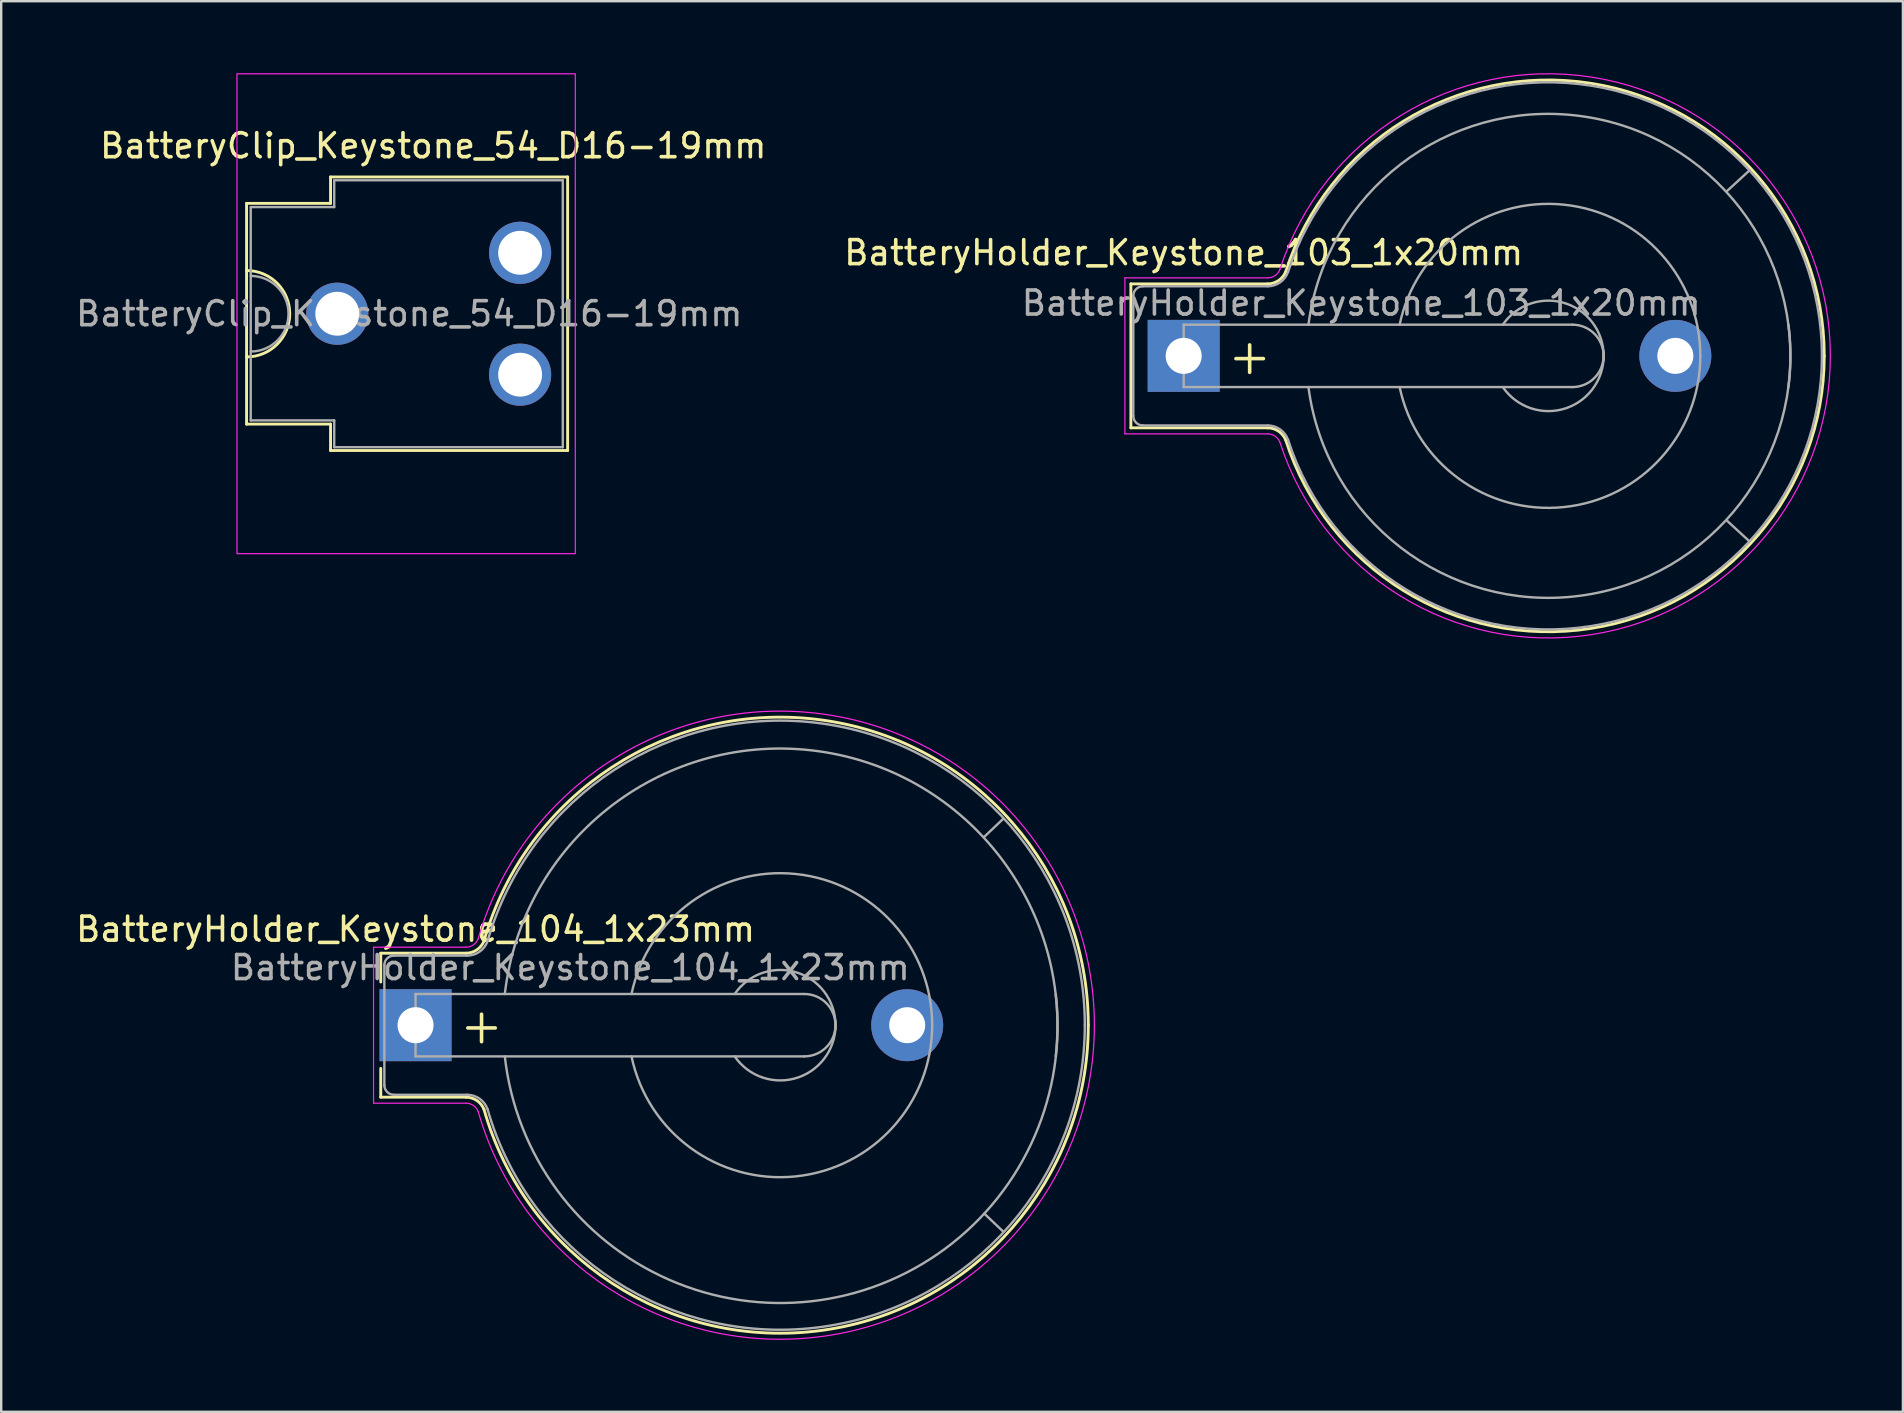
<source format=kicad_pcb>
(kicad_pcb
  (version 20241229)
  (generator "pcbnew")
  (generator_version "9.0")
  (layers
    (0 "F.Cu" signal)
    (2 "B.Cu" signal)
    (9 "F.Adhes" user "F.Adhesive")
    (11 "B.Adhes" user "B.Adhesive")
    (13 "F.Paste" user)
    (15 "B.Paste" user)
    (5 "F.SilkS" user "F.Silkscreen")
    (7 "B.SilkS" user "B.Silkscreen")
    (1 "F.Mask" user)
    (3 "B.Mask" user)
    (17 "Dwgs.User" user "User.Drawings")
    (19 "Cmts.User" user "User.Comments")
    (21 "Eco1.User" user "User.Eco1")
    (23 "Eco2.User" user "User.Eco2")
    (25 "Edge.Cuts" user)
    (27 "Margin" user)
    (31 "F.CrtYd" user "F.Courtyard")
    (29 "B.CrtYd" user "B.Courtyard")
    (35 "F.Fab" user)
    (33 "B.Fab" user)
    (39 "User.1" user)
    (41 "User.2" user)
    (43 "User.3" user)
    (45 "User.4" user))
  (footprint "BatteryClip_Keystone_54_D16-19mm"
    (layer "F.Cu")
    (at 11.006 10.025)
    (property "Reference" "BatteryClip_Keystone_54_D16-19mm" (at 4 -7 0) (layer "F.SilkS") (effects (font (size 1 1) (thickness 0.15))))
    (attr through_hole)
    (fp_line (start -3.78 -4.6) (end -3.78 4.6) (stroke (width 0.12) (type default)) (layer "F.SilkS"))
    (fp_line (start -3.78 4.6) (end -0.28 4.6) (stroke (width 0.12) (type default)) (layer "F.SilkS"))
    (fp_line (start -0.28 -5.7) (end -0.28 -4.6) (stroke (width 0.12) (type default)) (layer "F.SilkS"))
    (fp_line (start -0.28 -4.6) (end -3.78 -4.6) (stroke (width 0.12) (type default)) (layer "F.SilkS"))
    (fp_line (start -0.28 4.6) (end -0.28 5.7) (stroke (width 0.12) (type default)) (layer "F.SilkS"))
    (fp_line (start -0.28 5.7) (end 9.6 5.7) (stroke (width 0.12) (type default)) (layer "F.SilkS"))
    (fp_line (start 9.6 -5.7) (end -0.28 -5.7) (stroke (width 0.12) (type default)) (layer "F.SilkS"))
    (fp_line (start 9.6 5.7) (end 9.6 -5.7) (stroke (width 0.12) (type default)) (layer "F.SilkS"))
    (fp_arc (start -3.78 -1.8) (mid -1.98 0) (end -3.78 1.8) (stroke (width 0.12) (type default)) (layer "F.SilkS"))
    (fp_rect (start 9.92 10) (end -4.18 -10) (stroke (width 0.05) (type default)) (fill no) (layer "F.CrtYd"))
    (fp_line (start -3.607 -4.445) (end -0.127 -4.445) (stroke (width 0.1) (type default)) (layer "F.Fab"))
    (fp_line (start -3.607 4.445) (end -3.607 -4.445) (stroke (width 0.1) (type default)) (layer "F.Fab"))
    (fp_line (start -3.607 4.445) (end -0.127 4.445) (stroke (width 0.1) (type default)) (layer "F.Fab"))
    (fp_line (start -0.127 -5.563) (end -0.127 -4.445) (stroke (width 0.1) (type default)) (layer "F.Fab"))
    (fp_line (start -0.127 -5.563) (end 9.398 -5.563) (stroke (width 0.1) (type default)) (layer "F.Fab"))
    (fp_line (start -0.127 5.563) (end -0.127 4.445) (stroke (width 0.1) (type default)) (layer "F.Fab"))
    (fp_line (start -0.127 5.563) (end 9.398 5.563) (stroke (width 0.1) (type default)) (layer "F.Fab"))
    (fp_line (start 9.398 5.563) (end 9.398 -5.563) (stroke (width 0.1) (type default)) (layer "F.Fab"))
    (fp_arc (start -3.6068 -1.5748) (mid -2.032 0) (end -3.6068 1.5748) (stroke (width 0.1) (type default)) (layer "F.Fab"))
    (fp_text user "${REFERENCE}" (at 3 0 0) (layer "F.Fab") (effects (font (size 1 1) (thickness 0.15))))
    (pad "1" thru_hole circle (at 0 0 180) (size 2.591 2.591) (drill 1.829) (layers "*.Cu" "*.Mask"))
    (pad "1" thru_hole circle (at 7.62 -2.54 180) (size 2.591 2.591) (drill 1.829) (layers "*.Cu" "*.Mask"))
    (pad "1" thru_hole circle (at 7.62 2.54 180) (size 2.591 2.591) (drill 1.829) (layers "*.Cu" "*.Mask")))
  (footprint "BatteryHolder_Keystone_104_1x23mm"
    (layer "F.Cu")
    (at 14.268 39.675)
    (property "Reference" "BatteryHolder_Keystone_104_1x23mm" (at 0 -4 0) (layer "F.SilkS") (effects (font (size 1 1) (thickness 0.15))))
    (attr through_hole)
    (fp_line (start -1.45 -3) (end 2.1 -3) (stroke (width 0.12) (type solid)) (layer "F.SilkS"))
    (fp_line (start -1.45 -1.8) (end -1.45 -3) (stroke (width 0.12) (type solid)) (layer "F.SilkS"))
    (fp_line (start -1.45 1.8) (end -1.45 3) (stroke (width 0.12) (type solid)) (layer "F.SilkS"))
    (fp_line (start -1.45 3) (end 2.1 3) (stroke (width 0.12) (type solid)) (layer "F.SilkS"))
    (fp_arc (start 2.1 3) (mid 2.550694 3.136459) (end 2.85 3.5) (stroke (width 0.12) (type solid)) (layer "F.SilkS"))
    (fp_arc (start 2.85 -3.5) (mid 2.550694 -3.136459) (end 2.1 -3) (stroke (width 0.12) (type solid)) (layer "F.SilkS"))
    (fp_arc (start 2.85 -3.5) (mid 16.966716 -12.714122) (end 28.03617 0) (stroke (width 0.12) (type solid)) (layer "F.SilkS"))
    (fp_arc (start 28.03617 0) (mid 16.966716 12.714122) (end 2.85 3.5) (stroke (width 0.12) (type solid)) (layer "F.SilkS"))
    (fp_line (start -1.75 -3.25) (end 2.1 -3.25) (stroke (width 0.05) (type solid)) (layer "F.CrtYd"))
    (fp_line (start -1.75 3.25) (end -1.75 -3.25) (stroke (width 0.05) (type solid)) (layer "F.CrtYd"))
    (fp_line (start -1.75 3.25) (end 2.1 3.25) (stroke (width 0.05) (type solid)) (layer "F.CrtYd"))
    (fp_arc (start 2.1 3.25) (mid 2.409273 3.345916) (end 2.61 3.6) (stroke (width 0.05) (type solid)) (layer "F.CrtYd"))
    (fp_arc (start 2.61 -3.6) (mid 2.409273 -3.345916) (end 2.1 -3.25) (stroke (width 0.05) (type solid)) (layer "F.CrtYd"))
    (fp_arc (start 2.61 -3.6) (mid 17.014716 -12.961641) (end 28.29 0) (stroke (width 0.05) (type solid)) (layer "F.CrtYd"))
    (fp_arc (start 28.29 0) (mid 17.014716 12.961641) (end 2.61 3.6) (stroke (width 0.05) (type solid)) (layer "F.CrtYd"))
    (fp_line (start -1.3 -2.5) (end -1.3 2.5) (stroke (width 0.1) (type solid)) (layer "F.Fab"))
    (fp_line (start -0.9 2.9) (end 2.15 2.9) (stroke (width 0.1) (type solid)) (layer "F.Fab"))
    (fp_line (start 0 -1.3) (end 0 1.3) (stroke (width 0.1) (type solid)) (layer "F.Fab"))
    (fp_line (start 0 1.3) (end 16.2 1.3) (stroke (width 0.1) (type solid)) (layer "F.Fab"))
    (fp_line (start 2.15 -2.9) (end -0.9 -2.9) (stroke (width 0.1) (type solid)) (layer "F.Fab"))
    (fp_line (start 16.2 -1.3) (end 0 -1.3) (stroke (width 0.1) (type solid)) (layer "F.Fab"))
    (fp_line (start 23.7 -7.85) (end 24.5 -8.61) (stroke (width 0.1) (type solid)) (layer "F.Fab"))
    (fp_line (start 23.7 7.85) (end 24.5 8.61) (stroke (width 0.1) (type solid)) (layer "F.Fab"))
    (fp_arc (start -1.3 -2.5) (mid -1.182843 -2.782843) (end -0.9 -2.9) (stroke (width 0.1) (type solid)) (layer "F.Fab"))
    (fp_arc (start -0.9 2.9) (mid -1.182843 2.782843) (end -1.3 2.5) (stroke (width 0.1) (type solid)) (layer "F.Fab"))
    (fp_arc (start 2.15 2.9) (mid 2.670216 3.06511) (end 3 3.5) (stroke (width 0.1) (type solid)) (layer "F.Fab"))
    (fp_arc (start 3 -3.5) (mid 2.670217 -3.06511) (end 2.15 -2.9) (stroke (width 0.1) (type solid)) (layer "F.Fab"))
    (fp_arc (start 3 -3.5) (mid 16.968026 -12.568376) (end 27.892123 0.00164) (stroke (width 0.1) (type solid)) (layer "F.Fab"))
    (fp_arc (start 3.72 -1.3) (mid 16.5 -11.48) (end 26.68 1.3) (stroke (width 0.1) (type solid)) (layer "F.Fab"))
    (fp_arc (start 9 -1.3) (mid 15.851289 -6.300938) (end 21.53 0) (stroke (width 0.1) (type solid)) (layer "F.Fab"))
    (fp_arc (start 13.3 -1.3) (mid 15.963947 -2.171724) (end 17.495448 0.175833) (stroke (width 0.1) (type solid)) (layer "F.Fab"))
    (fp_arc (start 16.2 -1.3) (mid 17.5 0) (end 16.2 1.3) (stroke (width 0.1) (type solid)) (layer "F.Fab"))
    (fp_arc (start 17.495448 -0.175833) (mid 15.963947 2.171724) (end 13.3 1.3) (stroke (width 0.1) (type solid)) (layer "F.Fab"))
    (fp_arc (start 21.53 0) (mid 15.851292 6.300937) (end 9 1.3) (stroke (width 0.1) (type solid)) (layer "F.Fab"))
    (fp_arc (start 26.68 -1.3) (mid 16.5 11.48) (end 3.72 1.3) (stroke (width 0.1) (type solid)) (layer "F.Fab"))
    (fp_arc (start 27.892123 -0.00164) (mid 16.968026 12.568376) (end 3 3.5) (stroke (width 0.1) (type solid)) (layer "F.Fab"))
    (fp_text user "+" (at 2.75 0 0) (layer "F.SilkS") (effects (font (size 1.5 1.5) (thickness 0.15))))
    (fp_text user "${REFERENCE}" (at 6.45 -2.4 0) (layer "F.Fab") (effects (font (size 1 1) (thickness 0.15))))
    (pad "1" thru_hole rect (at 0 0) (size 3 3) (drill 1.5) (layers "*.Cu" "*.Mask"))
    (pad "2" thru_hole circle (at 20.49 0) (size 3 3) (drill 1.5) (layers "*.Cu" "*.Mask")))
  (footprint "BatteryHolder_Keystone_103_1x20mm"
    (layer "F.Cu")
    (at 46.28 11.781)
    (property "Reference" "BatteryHolder_Keystone_103_1x20mm" (at 0 -4.3 0) (layer "F.SilkS") (effects (font (size 1 1) (thickness 0.15))))
    (attr through_hole)
    (fp_line (start -2.2 -3) (end 3.5 -3) (stroke (width 0.12) (type solid)) (layer "F.SilkS"))
    (fp_line (start -2.2 3) (end -2.2 -3) (stroke (width 0.12) (type solid)) (layer "F.SilkS"))
    (fp_line (start -2.2 3) (end 3.5 3) (stroke (width 0.12) (type solid)) (layer "F.SilkS"))
    (fp_arc (start 3.5 3) (mid 3.950694 3.136459) (end 4.25 3.5) (stroke (width 0.12) (type solid)) (layer "F.SilkS"))
    (fp_arc (start 4.25 -3.5) (mid 3.950694 -3.136459) (end 3.5 -3) (stroke (width 0.12) (type solid)) (layer "F.SilkS"))
    (fp_arc (start 4.25 -3.5) (mid 16.971103 -11.358466) (end 26.695671 0) (stroke (width 0.12) (type solid)) (layer "F.SilkS"))
    (fp_arc (start 26.695671 0) (mid 16.971103 11.358466) (end 4.25 3.5) (stroke (width 0.12) (type solid)) (layer "F.SilkS"))
    (fp_line (start -2.45 -3.25) (end 3.5 -3.25) (stroke (width 0.05) (type solid)) (layer "F.CrtYd"))
    (fp_line (start -2.45 3.25) (end -2.45 -3.25) (stroke (width 0.05) (type solid)) (layer "F.CrtYd"))
    (fp_line (start -2.45 3.25) (end 3.5 3.25) (stroke (width 0.05) (type solid)) (layer "F.CrtYd"))
    (fp_arc (start 3.5 3.25) (mid 3.809273 3.345916) (end 4.01 3.6) (stroke (width 0.05) (type solid)) (layer "F.CrtYd"))
    (fp_arc (start 4.01 -3.6) (mid 3.809273 -3.345916) (end 3.5 -3.25) (stroke (width 0.05) (type solid)) (layer "F.CrtYd"))
    (fp_arc (start 4.01 -3.6) (mid 17.020063 -11.613627) (end 26.95 0) (stroke (width 0.05) (type solid)) (layer "F.CrtYd"))
    (fp_arc (start 26.95 0) (mid 17.020063 11.613629) (end 4.01 3.6) (stroke (width 0.05) (type solid)) (layer "F.CrtYd"))
    (fp_line (start -2.1 -2.5) (end -2.1 2.5) (stroke (width 0.1) (type solid)) (layer "F.Fab"))
    (fp_line (start -1.7 2.9) (end 3.5 2.9) (stroke (width 0.1) (type solid)) (layer "F.Fab"))
    (fp_line (start 0 -1.3) (end 0 1.3) (stroke (width 0.1) (type solid)) (layer "F.Fab"))
    (fp_line (start 0 1.3) (end 16.2 1.3) (stroke (width 0.1) (type solid)) (layer "F.Fab"))
    (fp_line (start 3.5 -2.9) (end -1.7 -2.9) (stroke (width 0.1) (type solid)) (layer "F.Fab"))
    (fp_line (start 16.2 -1.3) (end 0 -1.3) (stroke (width 0.1) (type solid)) (layer "F.Fab"))
    (fp_line (start 23.571 -7.722) (end 22.631 -6.858) (stroke (width 0.1) (type solid)) (layer "F.Fab"))
    (fp_line (start 23.571 7.722) (end 22.657 6.883) (stroke (width 0.1) (type solid)) (layer "F.Fab"))
    (fp_arc (start -2.1 -2.5) (mid -1.982843 -2.782843) (end -1.7 -2.9) (stroke (width 0.1) (type solid)) (layer "F.Fab"))
    (fp_arc (start -1.7 2.9) (mid -1.982843 2.782843) (end -2.1 2.5) (stroke (width 0.1) (type solid)) (layer "F.Fab"))
    (fp_arc (start 3.5 2.9) (mid 4.020217 3.065109) (end 4.35 3.5) (stroke (width 0.1) (type solid)) (layer "F.Fab"))
    (fp_arc (start 4.35 -3.5) (mid 4.020217 -3.06511) (end 3.5 -2.9) (stroke (width 0.1) (type solid)) (layer "F.Fab"))
    (fp_arc (start 4.35 -3.5) (mid 16.971395 -11.261979) (end 26.600299 0) (stroke (width 0.1) (type solid)) (layer "F.Fab"))
    (fp_arc (start 5.2 -1.3) (mid 16.5 -10) (end 25.2 1.3) (stroke (width 0.1) (type solid)) (layer "F.Fab"))
    (fp_arc (start 9 -1.3) (mid 15.851289 -6.300938) (end 21.53 0) (stroke (width 0.1) (type solid)) (layer "F.Fab"))
    (fp_arc (start 13.3 -1.3) (mid 15.963947 -2.171724) (end 17.495448 0.175833) (stroke (width 0.1) (type solid)) (layer "F.Fab"))
    (fp_arc (start 16.2 -1.3) (mid 17.5 0) (end 16.2 1.3) (stroke (width 0.1) (type solid)) (layer "F.Fab"))
    (fp_arc (start 17.495448 -0.175833) (mid 15.963947 2.171724) (end 13.3 1.3) (stroke (width 0.1) (type solid)) (layer "F.Fab"))
    (fp_arc (start 21.53 0) (mid 15.851292 6.300937) (end 9 1.3) (stroke (width 0.1) (type solid)) (layer "F.Fab"))
    (fp_arc (start 25.2 -1.3) (mid 16.5 10) (end 5.2 1.3) (stroke (width 0.1) (type solid)) (layer "F.Fab"))
    (fp_arc (start 26.600299 0) (mid 16.971396 11.261979) (end 4.35 3.5) (stroke (width 0.1) (type solid)) (layer "F.Fab"))
    (fp_text user "+" (at 2.75 0 0) (layer "F.SilkS") (effects (font (size 1.5 1.5) (thickness 0.15))))
    (fp_text user "${REFERENCE}" (at 7.4 -2.2 0) (layer "F.Fab") (effects (font (size 1 1) (thickness 0.15))))
    (pad "1" thru_hole rect (at 0 0) (size 3 3) (drill 1.5) (layers "*.Cu" "*.Mask"))
    (pad "2" thru_hole circle (at 20.49 0) (size 3 3) (drill 1.5) (layers "*.Cu" "*.Mask")))
  (gr_rect
    (start -3 -3)
    (end 76.255 55.788)
    (stroke (width 0.1) (type default))
    (fill no)
    (layer "Edge.Cuts")))
</source>
